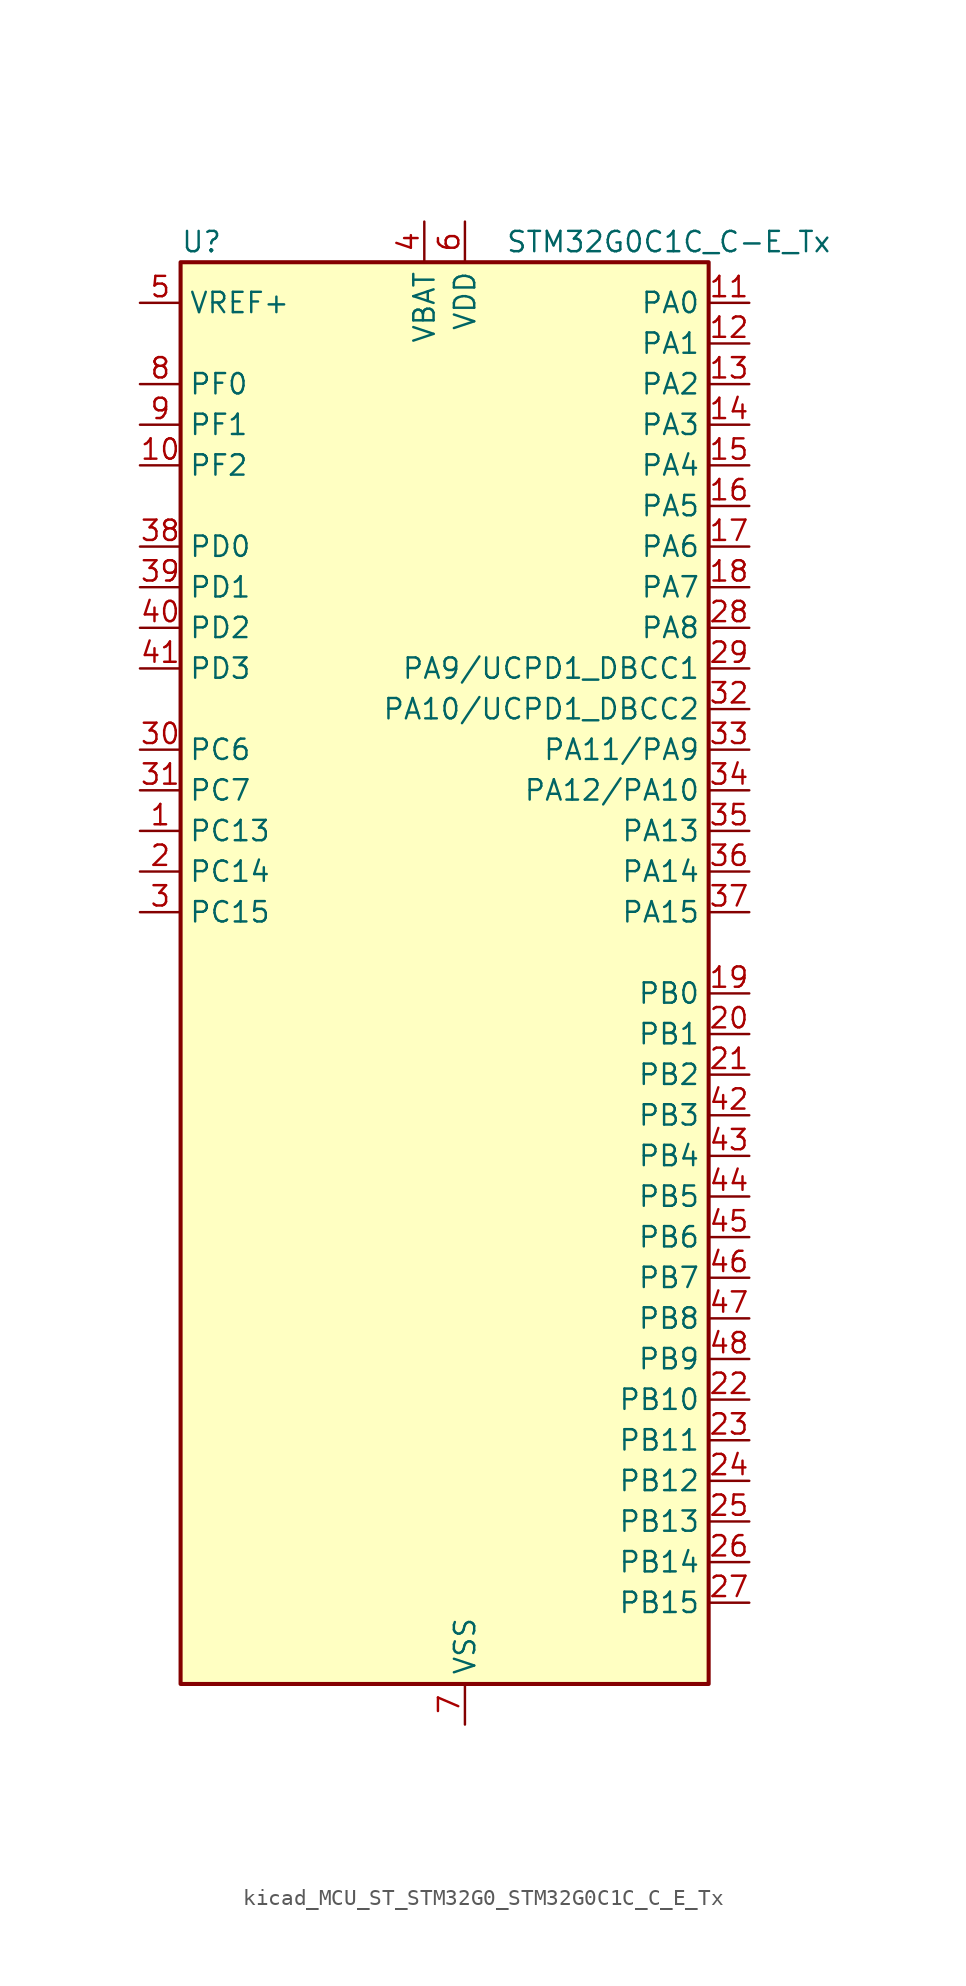
<source format=kicad_sym>
(kicad_symbol_lib
  (version 20220914)
  (generator kicad_symbol_editor)
  (symbol "kicad_MCU_ST_STM32G0_STM32G0C1C_C_E_Tx"
    (property "Reference" "U"
      (at -15.24 46.99 0)
      (effects (font (size 1.27 1.27)) (justify left)))
    (property "Value" "STM32G0C1C_C-E_Tx"
      (at 5.08 46.99 0)
      (effects (font (size 1.27 1.27)) (justify left)))
    (property "ki_locked" ""
      (at 0 0 0)
      (effects (font (size 1.27 1.27))))
    (symbol "kicad_MCU_ST_STM32G0_STM32G0C1C_C_E_Tx_0_1"
      (rectangle (start -15.24 -43.18) (end 17.78 45.72) (stroke (width 0.254) (type default)) (fill (type background))))
    (symbol "kicad_MCU_ST_STM32G0_STM32G0C1C_C_E_Tx_1_1"
      (pin bidirectional line (at -17.78 10.16 0) (length 2.54) (name "PC13" (effects (font (size 1.27 1.27)))) (number "1" (effects (font (size 1.27 1.27)))) (alternate "RTC_OUT1" bidirectional line) (alternate "RTC_TAMP_IN1" bidirectional line) (alternate "RTC_TS" bidirectional line) (alternate "SYS_WKUP2" bidirectional line) (alternate "TIM1_BK" bidirectional line))
      (pin bidirectional line (at -17.78 33.02 0) (length 2.54) (name "PF2" (effects (font (size 1.27 1.27)))) (number "10" (effects (font (size 1.27 1.27)))) (alternate "LPUART2_DE" bidirectional line) (alternate "LPUART2_RTS" bidirectional line) (alternate "LPUART2_TX" bidirectional line) (alternate "RCC_MCO" bidirectional line))
      (pin bidirectional line (at 20.32 43.18 180) (length 2.54) (name "PA0" (effects (font (size 1.27 1.27)))) (number "11" (effects (font (size 1.27 1.27)))) (alternate "ADC1_IN0" bidirectional line) (alternate "COMP1_INM" bidirectional line) (alternate "COMP1_OUT" bidirectional line) (alternate "I2S2_CK" bidirectional line) (alternate "LPTIM1_OUT" bidirectional line) (alternate "RTC_TAMP_IN2" bidirectional line) (alternate "SPI2_SCK" bidirectional line) (alternate "SYS_WKUP1" bidirectional line) (alternate "TIM2_CH1" bidirectional line) (alternate "TIM2_ETR" bidirectional line) (alternate "UCPD2_FRSTX1" bidirectional line) (alternate "UCPD2_FRSTX2" bidirectional line) (alternate "USART2_CTS" bidirectional line) (alternate "USART2_NSS" bidirectional line) (alternate "USART4_TX" bidirectional line))
      (pin bidirectional line (at 20.32 40.64 180) (length 2.54) (name "PA1" (effects (font (size 1.27 1.27)))) (number "12" (effects (font (size 1.27 1.27)))) (alternate "ADC1_IN1" bidirectional line) (alternate "COMP1_INP" bidirectional line) (alternate "I2C1_SMBA" bidirectional line) (alternate "I2S1_CK" bidirectional line) (alternate "SPI1_SCK" bidirectional line) (alternate "TIM15_CH1N" bidirectional line) (alternate "TIM2_CH2" bidirectional line) (alternate "USART2_CK" bidirectional line) (alternate "USART2_DE" bidirectional line) (alternate "USART2_RTS" bidirectional line) (alternate "USART4_RX" bidirectional line))
      (pin bidirectional line (at 20.32 38.1 180) (length 2.54) (name "PA2" (effects (font (size 1.27 1.27)))) (number "13" (effects (font (size 1.27 1.27)))) (alternate "ADC1_IN2" bidirectional line) (alternate "COMP2_INM" bidirectional line) (alternate "COMP2_OUT" bidirectional line) (alternate "I2S1_SD" bidirectional line) (alternate "LPUART1_TX" bidirectional line) (alternate "RCC_LSCO" bidirectional line) (alternate "SPI1_MOSI" bidirectional line) (alternate "SYS_WKUP4" bidirectional line) (alternate "TIM15_CH1" bidirectional line) (alternate "TIM2_CH3" bidirectional line) (alternate "UCPD1_FRSTX1" bidirectional line) (alternate "UCPD1_FRSTX2" bidirectional line) (alternate "USART2_TX" bidirectional line))
      (pin bidirectional line (at 20.32 35.56 180) (length 2.54) (name "PA3" (effects (font (size 1.27 1.27)))) (number "14" (effects (font (size 1.27 1.27)))) (alternate "ADC1_IN3" bidirectional line) (alternate "COMP2_INP" bidirectional line) (alternate "I2S2_MCK" bidirectional line) (alternate "LPUART1_RX" bidirectional line) (alternate "SPI2_MISO" bidirectional line) (alternate "TIM15_CH2" bidirectional line) (alternate "TIM2_CH4" bidirectional line) (alternate "UCPD2_FRSTX1" bidirectional line) (alternate "UCPD2_FRSTX2" bidirectional line) (alternate "USART2_RX" bidirectional line))
      (pin bidirectional line (at 20.32 33.02 180) (length 2.54) (name "PA4" (effects (font (size 1.27 1.27)))) (number "15" (effects (font (size 1.27 1.27)))) (alternate "ADC1_IN4" bidirectional line) (alternate "DAC1_OUT1" bidirectional line) (alternate "I2S1_WS" bidirectional line) (alternate "I2S2_SD" bidirectional line) (alternate "LPTIM2_OUT" bidirectional line) (alternate "RTC_OUT2" bidirectional line) (alternate "SPI1_NSS" bidirectional line) (alternate "SPI2_MOSI" bidirectional line) (alternate "SPI3_NSS" bidirectional line) (alternate "TIM14_CH1" bidirectional line) (alternate "UCPD2_FRSTX1" bidirectional line) (alternate "UCPD2_FRSTX2" bidirectional line) (alternate "USART6_TX" bidirectional line) (alternate "USB_NOE" bidirectional line))
      (pin bidirectional line (at 20.32 30.48 180) (length 2.54) (name "PA5" (effects (font (size 1.27 1.27)))) (number "16" (effects (font (size 1.27 1.27)))) (alternate "ADC1_IN5" bidirectional line) (alternate "CEC" bidirectional line) (alternate "DAC1_OUT2" bidirectional line) (alternate "I2S1_CK" bidirectional line) (alternate "LPTIM2_ETR" bidirectional line) (alternate "SPI1_SCK" bidirectional line) (alternate "TIM2_CH1" bidirectional line) (alternate "TIM2_ETR" bidirectional line) (alternate "UCPD1_FRSTX1" bidirectional line) (alternate "UCPD1_FRSTX2" bidirectional line) (alternate "USART3_TX" bidirectional line) (alternate "USART6_RX" bidirectional line))
      (pin bidirectional line (at 20.32 27.94 180) (length 2.54) (name "PA6" (effects (font (size 1.27 1.27)))) (number "17" (effects (font (size 1.27 1.27)))) (alternate "ADC1_IN6" bidirectional line) (alternate "COMP1_OUT" bidirectional line) (alternate "I2C2_SDA" bidirectional line) (alternate "I2C3_SDA" bidirectional line) (alternate "I2S1_MCK" bidirectional line) (alternate "LPUART1_CTS" bidirectional line) (alternate "SPI1_MISO" bidirectional line) (alternate "TIM16_CH1" bidirectional line) (alternate "TIM1_BK" bidirectional line) (alternate "TIM3_CH1" bidirectional line) (alternate "USART3_CTS" bidirectional line) (alternate "USART3_NSS" bidirectional line) (alternate "USART6_CTS" bidirectional line) (alternate "USART6_NSS" bidirectional line))
      (pin bidirectional line (at 20.32 25.4 180) (length 2.54) (name "PA7" (effects (font (size 1.27 1.27)))) (number "18" (effects (font (size 1.27 1.27)))) (alternate "ADC1_IN7" bidirectional line) (alternate "COMP2_OUT" bidirectional line) (alternate "I2C2_SCL" bidirectional line) (alternate "I2C3_SCL" bidirectional line) (alternate "I2S1_SD" bidirectional line) (alternate "SPI1_MOSI" bidirectional line) (alternate "TIM14_CH1" bidirectional line) (alternate "TIM17_CH1" bidirectional line) (alternate "TIM1_CH1N" bidirectional line) (alternate "TIM3_CH2" bidirectional line) (alternate "UCPD1_FRSTX1" bidirectional line) (alternate "UCPD1_FRSTX2" bidirectional line) (alternate "USART6_CK" bidirectional line) (alternate "USART6_DE" bidirectional line) (alternate "USART6_RTS" bidirectional line))
      (pin bidirectional line (at 20.32 0 180) (length 2.54) (name "PB0" (effects (font (size 1.27 1.27)))) (number "19" (effects (font (size 1.27 1.27)))) (alternate "ADC1_IN8" bidirectional line) (alternate "COMP1_OUT" bidirectional line) (alternate "COMP3_INP" bidirectional line) (alternate "FDCAN2_RX" bidirectional line) (alternate "I2S1_WS" bidirectional line) (alternate "LPTIM1_OUT" bidirectional line) (alternate "LPUART2_CTS" bidirectional line) (alternate "SPI1_NSS" bidirectional line) (alternate "TIM1_CH2N" bidirectional line) (alternate "TIM3_CH3" bidirectional line) (alternate "UCPD1_FRSTX1" bidirectional line) (alternate "UCPD1_FRSTX2" bidirectional line) (alternate "USART3_RX" bidirectional line) (alternate "USART5_TX" bidirectional line))
      (pin bidirectional line (at -17.78 7.62 0) (length 2.54) (name "PC14" (effects (font (size 1.27 1.27)))) (number "2" (effects (font (size 1.27 1.27)))) (alternate "RCC_OSC32_IN" bidirectional line) (alternate "TIM1_BK2" bidirectional line))
      (pin bidirectional line (at 20.32 -2.54 180) (length 2.54) (name "PB1" (effects (font (size 1.27 1.27)))) (number "20" (effects (font (size 1.27 1.27)))) (alternate "ADC1_IN9" bidirectional line) (alternate "COMP1_INM" bidirectional line) (alternate "COMP3_OUT" bidirectional line) (alternate "FDCAN2_TX" bidirectional line) (alternate "LPTIM2_IN1" bidirectional line) (alternate "LPUART1_DE" bidirectional line) (alternate "LPUART1_RTS" bidirectional line) (alternate "LPUART2_DE" bidirectional line) (alternate "LPUART2_RTS" bidirectional line) (alternate "TIM14_CH1" bidirectional line) (alternate "TIM1_CH3N" bidirectional line) (alternate "TIM3_CH4" bidirectional line) (alternate "USART3_CK" bidirectional line) (alternate "USART3_DE" bidirectional line) (alternate "USART3_RTS" bidirectional line) (alternate "USART5_RX" bidirectional line))
      (pin bidirectional line (at 20.32 -5.08 180) (length 2.54) (name "PB2" (effects (font (size 1.27 1.27)))) (number "21" (effects (font (size 1.27 1.27)))) (alternate "ADC1_IN10" bidirectional line) (alternate "COMP1_INP" bidirectional line) (alternate "COMP3_INM" bidirectional line) (alternate "I2S2_MCK" bidirectional line) (alternate "LPTIM1_OUT" bidirectional line) (alternate "RCC_MCO_2" bidirectional line) (alternate "SPI2_MISO" bidirectional line) (alternate "USART3_TX" bidirectional line))
      (pin bidirectional line (at 20.32 -25.4 180) (length 2.54) (name "PB10" (effects (font (size 1.27 1.27)))) (number "22" (effects (font (size 1.27 1.27)))) (alternate "ADC1_IN11" bidirectional line) (alternate "CEC" bidirectional line) (alternate "COMP1_OUT" bidirectional line) (alternate "I2C2_SCL" bidirectional line) (alternate "I2S2_CK" bidirectional line) (alternate "LPUART1_RX" bidirectional line) (alternate "SPI2_SCK" bidirectional line) (alternate "TIM2_CH3" bidirectional line) (alternate "USART3_TX" bidirectional line))
      (pin bidirectional line (at 20.32 -27.94 180) (length 2.54) (name "PB11" (effects (font (size 1.27 1.27)))) (number "23" (effects (font (size 1.27 1.27)))) (alternate "ADC1_EXTI11" bidirectional line) (alternate "ADC1_IN15" bidirectional line) (alternate "COMP2_OUT" bidirectional line) (alternate "I2C2_SDA" bidirectional line) (alternate "I2S2_SD" bidirectional line) (alternate "LPUART1_TX" bidirectional line) (alternate "SPI2_MOSI" bidirectional line) (alternate "TIM2_CH4" bidirectional line) (alternate "USART3_RX" bidirectional line))
      (pin bidirectional line (at 20.32 -30.48 180) (length 2.54) (name "PB12" (effects (font (size 1.27 1.27)))) (number "24" (effects (font (size 1.27 1.27)))) (alternate "ADC1_IN16" bidirectional line) (alternate "FDCAN2_RX" bidirectional line) (alternate "I2C2_SMBA" bidirectional line) (alternate "I2S2_WS" bidirectional line) (alternate "LPUART1_DE" bidirectional line) (alternate "LPUART1_RTS" bidirectional line) (alternate "SPI2_NSS" bidirectional line) (alternate "TIM15_BK" bidirectional line) (alternate "TIM1_BK" bidirectional line) (alternate "UCPD2_FRSTX1" bidirectional line) (alternate "UCPD2_FRSTX2" bidirectional line))
      (pin bidirectional line (at 20.32 -33.02 180) (length 2.54) (name "PB13" (effects (font (size 1.27 1.27)))) (number "25" (effects (font (size 1.27 1.27)))) (alternate "FDCAN2_TX" bidirectional line) (alternate "I2C2_SCL" bidirectional line) (alternate "I2S2_CK" bidirectional line) (alternate "LPUART1_CTS" bidirectional line) (alternate "SPI2_SCK" bidirectional line) (alternate "TIM15_CH1N" bidirectional line) (alternate "TIM1_CH1N" bidirectional line) (alternate "USART3_CTS" bidirectional line) (alternate "USART3_NSS" bidirectional line))
      (pin bidirectional line (at 20.32 -35.56 180) (length 2.54) (name "PB14" (effects (font (size 1.27 1.27)))) (number "26" (effects (font (size 1.27 1.27)))) (alternate "I2C2_SDA" bidirectional line) (alternate "I2S2_MCK" bidirectional line) (alternate "SPI2_MISO" bidirectional line) (alternate "TIM15_CH1" bidirectional line) (alternate "TIM1_CH2N" bidirectional line) (alternate "UCPD1_FRSTX1" bidirectional line) (alternate "UCPD1_FRSTX2" bidirectional line) (alternate "USART3_CK" bidirectional line) (alternate "USART3_DE" bidirectional line) (alternate "USART3_RTS" bidirectional line) (alternate "USART6_CK" bidirectional line) (alternate "USART6_DE" bidirectional line) (alternate "USART6_RTS" bidirectional line))
      (pin bidirectional line (at 20.32 -38.1 180) (length 2.54) (name "PB15" (effects (font (size 1.27 1.27)))) (number "27" (effects (font (size 1.27 1.27)))) (alternate "I2S2_SD" bidirectional line) (alternate "RTC_REFIN" bidirectional line) (alternate "SPI2_MOSI" bidirectional line) (alternate "TIM15_CH1N" bidirectional line) (alternate "TIM15_CH2" bidirectional line) (alternate "TIM1_CH3N" bidirectional line) (alternate "UCPD1_CC2" bidirectional line) (alternate "USART6_CTS" bidirectional line) (alternate "USART6_NSS" bidirectional line))
      (pin bidirectional line (at 20.32 22.86 180) (length 2.54) (name "PA8" (effects (font (size 1.27 1.27)))) (number "28" (effects (font (size 1.27 1.27)))) (alternate "CRS1_SYNC" bidirectional line) (alternate "I2C2_SMBA" bidirectional line) (alternate "I2S2_WS" bidirectional line) (alternate "LPTIM2_OUT" bidirectional line) (alternate "RCC_MCO" bidirectional line) (alternate "SPI2_NSS" bidirectional line) (alternate "TIM1_CH1" bidirectional line) (alternate "UCPD1_CC1" bidirectional line))
      (pin bidirectional line (at 20.32 20.32 180) (length 2.54) (name "PA9/UCPD1_DBCC1" (effects (font (size 1.27 1.27)))) (number "29" (effects (font (size 1.27 1.27)))) (alternate "DAC1_EXTI9" bidirectional line) (alternate "I2C1_SCL" bidirectional line) (alternate "I2C2_SCL" bidirectional line) (alternate "I2S2_MCK" bidirectional line) (alternate "RCC_MCO" bidirectional line) (alternate "SPI2_MISO" bidirectional line) (alternate "TIM15_BK" bidirectional line) (alternate "TIM1_CH2" bidirectional line) (alternate "UCPD1_DBCC1" bidirectional line) (alternate "USART1_TX" bidirectional line))
      (pin bidirectional line (at -17.78 5.08 0) (length 2.54) (name "PC15" (effects (font (size 1.27 1.27)))) (number "3" (effects (font (size 1.27 1.27)))) (alternate "RCC_OSC32_EN" bidirectional line) (alternate "RCC_OSC32_OUT" bidirectional line) (alternate "RCC_OSC_EN" bidirectional line) (alternate "TIM15_BK" bidirectional line))
      (pin bidirectional line (at -17.78 15.24 0) (length 2.54) (name "PC6" (effects (font (size 1.27 1.27)))) (number "30" (effects (font (size 1.27 1.27)))) (alternate "LPUART2_TX" bidirectional line) (alternate "TIM2_CH3" bidirectional line) (alternate "TIM3_CH1" bidirectional line) (alternate "UCPD1_FRSTX1" bidirectional line) (alternate "UCPD1_FRSTX2" bidirectional line))
      (pin bidirectional line (at -17.78 12.7 0) (length 2.54) (name "PC7" (effects (font (size 1.27 1.27)))) (number "31" (effects (font (size 1.27 1.27)))) (alternate "LPUART2_RX" bidirectional line) (alternate "TIM2_CH4" bidirectional line) (alternate "TIM3_CH2" bidirectional line) (alternate "UCPD2_FRSTX1" bidirectional line) (alternate "UCPD2_FRSTX2" bidirectional line))
      (pin bidirectional line (at 20.32 17.78 180) (length 2.54) (name "PA10/UCPD1_DBCC2" (effects (font (size 1.27 1.27)))) (number "32" (effects (font (size 1.27 1.27)))) (alternate "I2C1_SDA" bidirectional line) (alternate "I2C2_SDA" bidirectional line) (alternate "I2S2_SD" bidirectional line) (alternate "RCC_MCO_2" bidirectional line) (alternate "SPI2_MOSI" bidirectional line) (alternate "TIM17_BK" bidirectional line) (alternate "TIM1_CH3" bidirectional line) (alternate "UCPD1_DBCC2" bidirectional line) (alternate "USART1_RX" bidirectional line))
      (pin bidirectional line (at 20.32 15.24 180) (length 2.54) (name "PA11/PA9" (effects (font (size 1.27 1.27)))) (number "33" (effects (font (size 1.27 1.27)))) (alternate "ADC1_EXTI11" bidirectional line) (alternate "COMP1_OUT" bidirectional line) (alternate "FDCAN1_RX" bidirectional line) (alternate "I2C2_SCL" bidirectional line) (alternate "I2S1_MCK" bidirectional line) (alternate "SPI1_MISO" bidirectional line) (alternate "TIM1_BK2" bidirectional line) (alternate "TIM1_CH4" bidirectional line) (alternate "USART1_CTS" bidirectional line) (alternate "USART1_NSS" bidirectional line) (alternate "USB_DM" bidirectional line))
      (pin bidirectional line (at 20.32 12.7 180) (length 2.54) (name "PA12/PA10" (effects (font (size 1.27 1.27)))) (number "34" (effects (font (size 1.27 1.27)))) (alternate "COMP2_OUT" bidirectional line) (alternate "FDCAN1_TX" bidirectional line) (alternate "I2C2_SDA" bidirectional line) (alternate "I2S1_SD" bidirectional line) (alternate "I2S_CKIN" bidirectional line) (alternate "SPI1_MOSI" bidirectional line) (alternate "TIM1_ETR" bidirectional line) (alternate "USART1_CK" bidirectional line) (alternate "USART1_DE" bidirectional line) (alternate "USART1_RTS" bidirectional line) (alternate "USB_DP" bidirectional line))
      (pin bidirectional line (at 20.32 10.16 180) (length 2.54) (name "PA13" (effects (font (size 1.27 1.27)))) (number "35" (effects (font (size 1.27 1.27)))) (alternate "IR_OUT" bidirectional line) (alternate "LPUART2_RX" bidirectional line) (alternate "SYS_SWDIO" bidirectional line) (alternate "USB_NOE" bidirectional line))
      (pin bidirectional line (at 20.32 7.62 180) (length 2.54) (name "PA14" (effects (font (size 1.27 1.27)))) (number "36" (effects (font (size 1.27 1.27)))) (alternate "LPUART2_TX" bidirectional line) (alternate "SYS_SWCLK" bidirectional line) (alternate "USART2_TX" bidirectional line))
      (pin bidirectional line (at 20.32 5.08 180) (length 2.54) (name "PA15" (effects (font (size 1.27 1.27)))) (number "37" (effects (font (size 1.27 1.27)))) (alternate "I2C2_SMBA" bidirectional line) (alternate "I2S1_WS" bidirectional line) (alternate "RCC_MCO_2" bidirectional line) (alternate "SPI1_NSS" bidirectional line) (alternate "SPI3_NSS" bidirectional line) (alternate "TIM2_CH1" bidirectional line) (alternate "TIM2_ETR" bidirectional line) (alternate "USART2_RX" bidirectional line) (alternate "USART3_CK" bidirectional line) (alternate "USART3_DE" bidirectional line) (alternate "USART3_RTS" bidirectional line) (alternate "USART4_CK" bidirectional line) (alternate "USART4_DE" bidirectional line) (alternate "USART4_RTS" bidirectional line) (alternate "USB_NOE" bidirectional line))
      (pin bidirectional line (at -17.78 27.94 0) (length 2.54) (name "PD0" (effects (font (size 1.27 1.27)))) (number "38" (effects (font (size 1.27 1.27)))) (alternate "FDCAN1_RX" bidirectional line) (alternate "I2S2_WS" bidirectional line) (alternate "SPI2_NSS" bidirectional line) (alternate "TIM16_CH1" bidirectional line) (alternate "UCPD2_CC1" bidirectional line))
      (pin bidirectional line (at -17.78 25.4 0) (length 2.54) (name "PD1" (effects (font (size 1.27 1.27)))) (number "39" (effects (font (size 1.27 1.27)))) (alternate "FDCAN1_TX" bidirectional line) (alternate "I2S2_CK" bidirectional line) (alternate "SPI2_SCK" bidirectional line) (alternate "TIM17_CH1" bidirectional line) (alternate "UCPD2_DBCC1" bidirectional line))
      (pin power_in line (at 0 48.26 270) (length 2.54) (name "VBAT" (effects (font (size 1.27 1.27)))) (number "4" (effects (font (size 1.27 1.27)))))
      (pin bidirectional line (at -17.78 22.86 0) (length 2.54) (name "PD2" (effects (font (size 1.27 1.27)))) (number "40" (effects (font (size 1.27 1.27)))) (alternate "TIM1_CH1N" bidirectional line) (alternate "TIM3_ETR" bidirectional line) (alternate "UCPD2_CC2" bidirectional line) (alternate "USART3_CK" bidirectional line) (alternate "USART3_DE" bidirectional line) (alternate "USART3_RTS" bidirectional line) (alternate "USART5_RX" bidirectional line))
      (pin bidirectional line (at -17.78 20.32 0) (length 2.54) (name "PD3" (effects (font (size 1.27 1.27)))) (number "41" (effects (font (size 1.27 1.27)))) (alternate "I2S2_MCK" bidirectional line) (alternate "SPI2_MISO" bidirectional line) (alternate "TIM1_CH2N" bidirectional line) (alternate "UCPD2_DBCC2" bidirectional line) (alternate "USART2_CTS" bidirectional line) (alternate "USART2_NSS" bidirectional line) (alternate "USART5_TX" bidirectional line))
      (pin bidirectional line (at 20.32 -7.62 180) (length 2.54) (name "PB3" (effects (font (size 1.27 1.27)))) (number "42" (effects (font (size 1.27 1.27)))) (alternate "COMP2_INM" bidirectional line) (alternate "I2C2_SCL" bidirectional line) (alternate "I2C3_SCL" bidirectional line) (alternate "I2S1_CK" bidirectional line) (alternate "SPI1_SCK" bidirectional line) (alternate "SPI3_SCK" bidirectional line) (alternate "TIM1_CH2" bidirectional line) (alternate "TIM2_CH2" bidirectional line) (alternate "USART1_CK" bidirectional line) (alternate "USART1_DE" bidirectional line) (alternate "USART1_RTS" bidirectional line) (alternate "USART5_TX" bidirectional line))
      (pin bidirectional line (at 20.32 -10.16 180) (length 2.54) (name "PB4" (effects (font (size 1.27 1.27)))) (number "43" (effects (font (size 1.27 1.27)))) (alternate "COMP2_INP" bidirectional line) (alternate "I2C2_SDA" bidirectional line) (alternate "I2C3_SDA" bidirectional line) (alternate "I2S1_MCK" bidirectional line) (alternate "SPI1_MISO" bidirectional line) (alternate "SPI3_MISO" bidirectional line) (alternate "TIM17_BK" bidirectional line) (alternate "TIM3_CH1" bidirectional line) (alternate "USART1_CTS" bidirectional line) (alternate "USART1_NSS" bidirectional line) (alternate "USART5_RX" bidirectional line))
      (pin bidirectional line (at 20.32 -12.7 180) (length 2.54) (name "PB5" (effects (font (size 1.27 1.27)))) (number "44" (effects (font (size 1.27 1.27)))) (alternate "COMP2_OUT" bidirectional line) (alternate "FDCAN2_RX" bidirectional line) (alternate "I2C1_SMBA" bidirectional line) (alternate "I2S1_SD" bidirectional line) (alternate "LPTIM1_IN1" bidirectional line) (alternate "SPI1_MOSI" bidirectional line) (alternate "SPI3_MOSI" bidirectional line) (alternate "SYS_WKUP6" bidirectional line) (alternate "TIM16_BK" bidirectional line) (alternate "TIM3_CH2" bidirectional line) (alternate "USART5_CK" bidirectional line) (alternate "USART5_DE" bidirectional line) (alternate "USART5_RTS" bidirectional line))
      (pin bidirectional line (at 20.32 -15.24 180) (length 2.54) (name "PB6" (effects (font (size 1.27 1.27)))) (number "45" (effects (font (size 1.27 1.27)))) (alternate "COMP2_INP" bidirectional line) (alternate "FDCAN2_TX" bidirectional line) (alternate "I2C1_SCL" bidirectional line) (alternate "I2S2_MCK" bidirectional line) (alternate "LPTIM1_ETR" bidirectional line) (alternate "LPUART2_TX" bidirectional line) (alternate "SPI2_MISO" bidirectional line) (alternate "TIM16_CH1N" bidirectional line) (alternate "TIM1_CH3" bidirectional line) (alternate "TIM4_CH1" bidirectional line) (alternate "USART1_TX" bidirectional line) (alternate "USART5_CTS" bidirectional line) (alternate "USART5_NSS" bidirectional line))
      (pin bidirectional line (at 20.32 -17.78 180) (length 2.54) (name "PB7" (effects (font (size 1.27 1.27)))) (number "46" (effects (font (size 1.27 1.27)))) (alternate "COMP2_INM" bidirectional line) (alternate "I2C1_SDA" bidirectional line) (alternate "I2S2_SD" bidirectional line) (alternate "LPTIM1_IN2" bidirectional line) (alternate "LPUART2_RX" bidirectional line) (alternate "SPI2_MOSI" bidirectional line) (alternate "SYS_PVD_IN" bidirectional line) (alternate "TIM17_CH1N" bidirectional line) (alternate "TIM4_CH2" bidirectional line) (alternate "USART1_RX" bidirectional line) (alternate "USART4_CTS" bidirectional line) (alternate "USART4_NSS" bidirectional line))
      (pin bidirectional line (at 20.32 -20.32 180) (length 2.54) (name "PB8" (effects (font (size 1.27 1.27)))) (number "47" (effects (font (size 1.27 1.27)))) (alternate "CEC" bidirectional line) (alternate "FDCAN1_RX" bidirectional line) (alternate "I2C1_SCL" bidirectional line) (alternate "I2S2_CK" bidirectional line) (alternate "SPI2_SCK" bidirectional line) (alternate "TIM15_BK" bidirectional line) (alternate "TIM16_CH1" bidirectional line) (alternate "TIM4_CH3" bidirectional line) (alternate "USART3_TX" bidirectional line) (alternate "USART6_TX" bidirectional line))
      (pin bidirectional line (at 20.32 -22.86 180) (length 2.54) (name "PB9" (effects (font (size 1.27 1.27)))) (number "48" (effects (font (size 1.27 1.27)))) (alternate "DAC1_EXTI9" bidirectional line) (alternate "FDCAN1_TX" bidirectional line) (alternate "I2C1_SDA" bidirectional line) (alternate "I2S2_WS" bidirectional line) (alternate "IR_OUT" bidirectional line) (alternate "SPI2_NSS" bidirectional line) (alternate "TIM17_CH1" bidirectional line) (alternate "TIM4_CH4" bidirectional line) (alternate "UCPD2_FRSTX1" bidirectional line) (alternate "UCPD2_FRSTX2" bidirectional line) (alternate "USART3_RX" bidirectional line) (alternate "USART6_RX" bidirectional line))
      (pin input line (at -17.78 43.18 0) (length 2.54) (name "VREF+" (effects (font (size 1.27 1.27)))) (number "5" (effects (font (size 1.27 1.27)))) (alternate "VREFBUF_OUT" bidirectional line))
      (pin power_in line (at 2.54 48.26 270) (length 2.54) (name "VDD" (effects (font (size 1.27 1.27)))) (number "6" (effects (font (size 1.27 1.27)))))
      (pin power_in line (at 2.54 -45.72 90) (length 2.54) (name "VSS" (effects (font (size 1.27 1.27)))) (number "7" (effects (font (size 1.27 1.27)))))
      (pin bidirectional line (at -17.78 38.1 0) (length 2.54) (name "PF0" (effects (font (size 1.27 1.27)))) (number "8" (effects (font (size 1.27 1.27)))) (alternate "CRS1_SYNC" bidirectional line) (alternate "RCC_OSC_IN" bidirectional line) (alternate "TIM14_CH1" bidirectional line))
      (pin bidirectional line (at -17.78 35.56 0) (length 2.54) (name "PF1" (effects (font (size 1.27 1.27)))) (number "9" (effects (font (size 1.27 1.27)))) (alternate "RCC_OSC_EN" bidirectional line) (alternate "RCC_OSC_OUT" bidirectional line) (alternate "TIM15_CH1N" bidirectional line)))))
</source>
